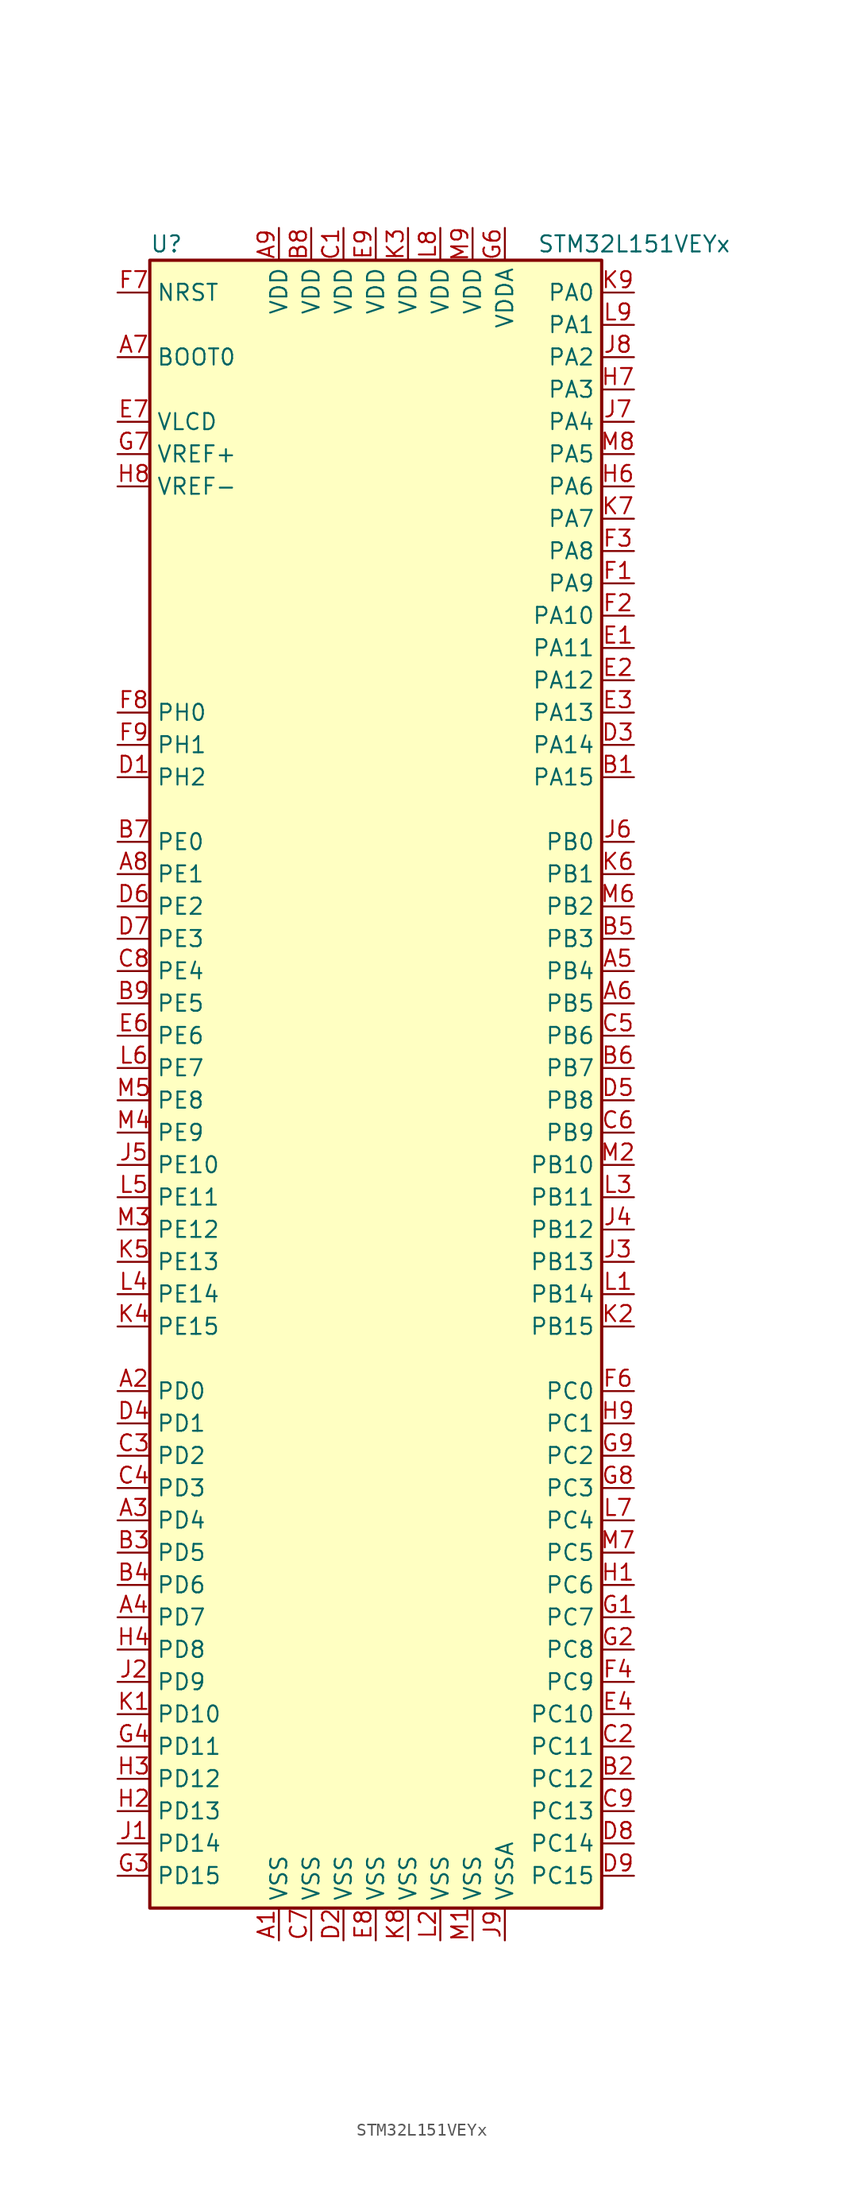
<source format=kicad_sym>
(kicad_symbol_lib
  (version 20211014)
  (generator kicad_symbol_editor)
  (symbol "STM32L151VEYx"
    (property "Reference" "U"
      (at -17.78 64.77 0)
      (effects (font (size 1.27 1.27)) (justify left)))
    (property "Value" "STM32L151VEYx"
      (at 12.7 64.77 0)
      (effects (font (size 1.27 1.27)) (justify left)))
    (symbol "STM32L151VEYx_0_1"
      (rectangle (start -17.78 -66.04) (end 17.78 63.5) (stroke (width 0.254) (type default) (color 0 0 0 0)) (fill (type background))))
    (symbol "STM32L151VEYx_1_1"
      (pin power_in line (at -7.62 -68.58 90) (length 2.54) (name "VSS" (effects (font (size 1.27 1.27)))) (number "A1" (effects (font (size 1.27 1.27)))))
      (pin bidirectional line (at -20.32 -25.4 0) (length 2.54) (name "PD0" (effects (font (size 1.27 1.27)))) (number "A2" (effects (font (size 1.27 1.27)))))
      (pin bidirectional line (at -20.32 -35.56 0) (length 2.54) (name "PD4" (effects (font (size 1.27 1.27)))) (number "A3" (effects (font (size 1.27 1.27)))))
      (pin bidirectional line (at -20.32 -43.18 0) (length 2.54) (name "PD7" (effects (font (size 1.27 1.27)))) (number "A4" (effects (font (size 1.27 1.27)))))
      (pin bidirectional line (at 20.32 7.62 180) (length 2.54) (name "PB4" (effects (font (size 1.27 1.27)))) (number "A5" (effects (font (size 1.27 1.27)))))
      (pin bidirectional line (at 20.32 5.08 180) (length 2.54) (name "PB5" (effects (font (size 1.27 1.27)))) (number "A6" (effects (font (size 1.27 1.27)))))
      (pin input line (at -20.32 55.88 0) (length 2.54) (name "BOOT0" (effects (font (size 1.27 1.27)))) (number "A7" (effects (font (size 1.27 1.27)))))
      (pin bidirectional line (at -20.32 15.24 0) (length 2.54) (name "PE1" (effects (font (size 1.27 1.27)))) (number "A8" (effects (font (size 1.27 1.27)))))
      (pin power_in line (at -7.62 66.04 270) (length 2.54) (name "VDD" (effects (font (size 1.27 1.27)))) (number "A9" (effects (font (size 1.27 1.27)))))
      (pin bidirectional line (at 20.32 22.86 180) (length 2.54) (name "PA15" (effects (font (size 1.27 1.27)))) (number "B1" (effects (font (size 1.27 1.27)))))
      (pin bidirectional line (at 20.32 -55.88 180) (length 2.54) (name "PC12" (effects (font (size 1.27 1.27)))) (number "B2" (effects (font (size 1.27 1.27)))))
      (pin bidirectional line (at -20.32 -38.1 0) (length 2.54) (name "PD5" (effects (font (size 1.27 1.27)))) (number "B3" (effects (font (size 1.27 1.27)))))
      (pin bidirectional line (at -20.32 -40.64 0) (length 2.54) (name "PD6" (effects (font (size 1.27 1.27)))) (number "B4" (effects (font (size 1.27 1.27)))))
      (pin bidirectional line (at 20.32 10.16 180) (length 2.54) (name "PB3" (effects (font (size 1.27 1.27)))) (number "B5" (effects (font (size 1.27 1.27)))))
      (pin bidirectional line (at 20.32 0 180) (length 2.54) (name "PB7" (effects (font (size 1.27 1.27)))) (number "B6" (effects (font (size 1.27 1.27)))))
      (pin bidirectional line (at -20.32 17.78 0) (length 2.54) (name "PE0" (effects (font (size 1.27 1.27)))) (number "B7" (effects (font (size 1.27 1.27)))))
      (pin power_in line (at -5.08 66.04 270) (length 2.54) (name "VDD" (effects (font (size 1.27 1.27)))) (number "B8" (effects (font (size 1.27 1.27)))))
      (pin bidirectional line (at -20.32 5.08 0) (length 2.54) (name "PE5" (effects (font (size 1.27 1.27)))) (number "B9" (effects (font (size 1.27 1.27)))))
      (pin power_in line (at -2.54 66.04 270) (length 2.54) (name "VDD" (effects (font (size 1.27 1.27)))) (number "C1" (effects (font (size 1.27 1.27)))))
      (pin bidirectional line (at 20.32 -53.34 180) (length 2.54) (name "PC11" (effects (font (size 1.27 1.27)))) (number "C2" (effects (font (size 1.27 1.27)))))
      (pin bidirectional line (at -20.32 -30.48 0) (length 2.54) (name "PD2" (effects (font (size 1.27 1.27)))) (number "C3" (effects (font (size 1.27 1.27)))))
      (pin bidirectional line (at -20.32 -33.02 0) (length 2.54) (name "PD3" (effects (font (size 1.27 1.27)))) (number "C4" (effects (font (size 1.27 1.27)))))
      (pin bidirectional line (at 20.32 2.54 180) (length 2.54) (name "PB6" (effects (font (size 1.27 1.27)))) (number "C5" (effects (font (size 1.27 1.27)))))
      (pin bidirectional line (at 20.32 -5.08 180) (length 2.54) (name "PB9" (effects (font (size 1.27 1.27)))) (number "C6" (effects (font (size 1.27 1.27)))))
      (pin power_in line (at -5.08 -68.58 90) (length 2.54) (name "VSS" (effects (font (size 1.27 1.27)))) (number "C7" (effects (font (size 1.27 1.27)))))
      (pin bidirectional line (at -20.32 7.62 0) (length 2.54) (name "PE4" (effects (font (size 1.27 1.27)))) (number "C8" (effects (font (size 1.27 1.27)))))
      (pin bidirectional line (at 20.32 -58.42 180) (length 2.54) (name "PC13" (effects (font (size 1.27 1.27)))) (number "C9" (effects (font (size 1.27 1.27)))))
      (pin bidirectional line (at -20.32 22.86 0) (length 2.54) (name "PH2" (effects (font (size 1.27 1.27)))) (number "D1" (effects (font (size 1.27 1.27)))))
      (pin power_in line (at -2.54 -68.58 90) (length 2.54) (name "VSS" (effects (font (size 1.27 1.27)))) (number "D2" (effects (font (size 1.27 1.27)))))
      (pin bidirectional line (at 20.32 25.4 180) (length 2.54) (name "PA14" (effects (font (size 1.27 1.27)))) (number "D3" (effects (font (size 1.27 1.27)))))
      (pin bidirectional line (at -20.32 -27.94 0) (length 2.54) (name "PD1" (effects (font (size 1.27 1.27)))) (number "D4" (effects (font (size 1.27 1.27)))))
      (pin bidirectional line (at 20.32 -2.54 180) (length 2.54) (name "PB8" (effects (font (size 1.27 1.27)))) (number "D5" (effects (font (size 1.27 1.27)))))
      (pin bidirectional line (at -20.32 12.7 0) (length 2.54) (name "PE2" (effects (font (size 1.27 1.27)))) (number "D6" (effects (font (size 1.27 1.27)))))
      (pin bidirectional line (at -20.32 10.16 0) (length 2.54) (name "PE3" (effects (font (size 1.27 1.27)))) (number "D7" (effects (font (size 1.27 1.27)))))
      (pin bidirectional line (at 20.32 -60.96 180) (length 2.54) (name "PC14" (effects (font (size 1.27 1.27)))) (number "D8" (effects (font (size 1.27 1.27)))))
      (pin bidirectional line (at 20.32 -63.5 180) (length 2.54) (name "PC15" (effects (font (size 1.27 1.27)))) (number "D9" (effects (font (size 1.27 1.27)))))
      (pin bidirectional line (at 20.32 33.02 180) (length 2.54) (name "PA11" (effects (font (size 1.27 1.27)))) (number "E1" (effects (font (size 1.27 1.27)))))
      (pin bidirectional line (at 20.32 30.48 180) (length 2.54) (name "PA12" (effects (font (size 1.27 1.27)))) (number "E2" (effects (font (size 1.27 1.27)))))
      (pin bidirectional line (at 20.32 27.94 180) (length 2.54) (name "PA13" (effects (font (size 1.27 1.27)))) (number "E3" (effects (font (size 1.27 1.27)))))
      (pin bidirectional line (at 20.32 -50.8 180) (length 2.54) (name "PC10" (effects (font (size 1.27 1.27)))) (number "E4" (effects (font (size 1.27 1.27)))))
      (pin bidirectional line (at -20.32 2.54 0) (length 2.54) (name "PE6" (effects (font (size 1.27 1.27)))) (number "E6" (effects (font (size 1.27 1.27)))))
      (pin power_in line (at -20.32 50.8 0) (length 2.54) (name "VLCD" (effects (font (size 1.27 1.27)))) (number "E7" (effects (font (size 1.27 1.27)))))
      (pin power_in line (at 0 -68.58 90) (length 2.54) (name "VSS" (effects (font (size 1.27 1.27)))) (number "E8" (effects (font (size 1.27 1.27)))))
      (pin power_in line (at 0 66.04 270) (length 2.54) (name "VDD" (effects (font (size 1.27 1.27)))) (number "E9" (effects (font (size 1.27 1.27)))))
      (pin bidirectional line (at 20.32 38.1 180) (length 2.54) (name "PA9" (effects (font (size 1.27 1.27)))) (number "F1" (effects (font (size 1.27 1.27)))))
      (pin bidirectional line (at 20.32 35.56 180) (length 2.54) (name "PA10" (effects (font (size 1.27 1.27)))) (number "F2" (effects (font (size 1.27 1.27)))))
      (pin bidirectional line (at 20.32 40.64 180) (length 2.54) (name "PA8" (effects (font (size 1.27 1.27)))) (number "F3" (effects (font (size 1.27 1.27)))))
      (pin bidirectional line (at 20.32 -48.26 180) (length 2.54) (name "PC9" (effects (font (size 1.27 1.27)))) (number "F4" (effects (font (size 1.27 1.27)))))
      (pin bidirectional line (at 20.32 -25.4 180) (length 2.54) (name "PC0" (effects (font (size 1.27 1.27)))) (number "F6" (effects (font (size 1.27 1.27)))))
      (pin input line (at -20.32 60.96 0) (length 2.54) (name "NRST" (effects (font (size 1.27 1.27)))) (number "F7" (effects (font (size 1.27 1.27)))))
      (pin input line (at -20.32 27.94 0) (length 2.54) (name "PH0" (effects (font (size 1.27 1.27)))) (number "F8" (effects (font (size 1.27 1.27)))))
      (pin input line (at -20.32 25.4 0) (length 2.54) (name "PH1" (effects (font (size 1.27 1.27)))) (number "F9" (effects (font (size 1.27 1.27)))))
      (pin bidirectional line (at 20.32 -43.18 180) (length 2.54) (name "PC7" (effects (font (size 1.27 1.27)))) (number "G1" (effects (font (size 1.27 1.27)))))
      (pin bidirectional line (at 20.32 -45.72 180) (length 2.54) (name "PC8" (effects (font (size 1.27 1.27)))) (number "G2" (effects (font (size 1.27 1.27)))))
      (pin bidirectional line (at -20.32 -63.5 0) (length 2.54) (name "PD15" (effects (font (size 1.27 1.27)))) (number "G3" (effects (font (size 1.27 1.27)))))
      (pin bidirectional line (at -20.32 -53.34 0) (length 2.54) (name "PD11" (effects (font (size 1.27 1.27)))) (number "G4" (effects (font (size 1.27 1.27)))))
      (pin power_in line (at 10.16 66.04 270) (length 2.54) (name "VDDA" (effects (font (size 1.27 1.27)))) (number "G6" (effects (font (size 1.27 1.27)))))
      (pin power_in line (at -20.32 48.26 0) (length 2.54) (name "VREF+" (effects (font (size 1.27 1.27)))) (number "G7" (effects (font (size 1.27 1.27)))))
      (pin bidirectional line (at 20.32 -33.02 180) (length 2.54) (name "PC3" (effects (font (size 1.27 1.27)))) (number "G8" (effects (font (size 1.27 1.27)))))
      (pin bidirectional line (at 20.32 -30.48 180) (length 2.54) (name "PC2" (effects (font (size 1.27 1.27)))) (number "G9" (effects (font (size 1.27 1.27)))))
      (pin bidirectional line (at 20.32 -40.64 180) (length 2.54) (name "PC6" (effects (font (size 1.27 1.27)))) (number "H1" (effects (font (size 1.27 1.27)))))
      (pin bidirectional line (at -20.32 -58.42 0) (length 2.54) (name "PD13" (effects (font (size 1.27 1.27)))) (number "H2" (effects (font (size 1.27 1.27)))))
      (pin bidirectional line (at -20.32 -55.88 0) (length 2.54) (name "PD12" (effects (font (size 1.27 1.27)))) (number "H3" (effects (font (size 1.27 1.27)))))
      (pin bidirectional line (at -20.32 -45.72 0) (length 2.54) (name "PD8" (effects (font (size 1.27 1.27)))) (number "H4" (effects (font (size 1.27 1.27)))))
      (pin bidirectional line (at 20.32 45.72 180) (length 2.54) (name "PA6" (effects (font (size 1.27 1.27)))) (number "H6" (effects (font (size 1.27 1.27)))))
      (pin bidirectional line (at 20.32 53.34 180) (length 2.54) (name "PA3" (effects (font (size 1.27 1.27)))) (number "H7" (effects (font (size 1.27 1.27)))))
      (pin power_in line (at -20.32 45.72 0) (length 2.54) (name "VREF-" (effects (font (size 1.27 1.27)))) (number "H8" (effects (font (size 1.27 1.27)))))
      (pin bidirectional line (at 20.32 -27.94 180) (length 2.54) (name "PC1" (effects (font (size 1.27 1.27)))) (number "H9" (effects (font (size 1.27 1.27)))))
      (pin bidirectional line (at -20.32 -60.96 0) (length 2.54) (name "PD14" (effects (font (size 1.27 1.27)))) (number "J1" (effects (font (size 1.27 1.27)))))
      (pin bidirectional line (at -20.32 -48.26 0) (length 2.54) (name "PD9" (effects (font (size 1.27 1.27)))) (number "J2" (effects (font (size 1.27 1.27)))))
      (pin bidirectional line (at 20.32 -15.24 180) (length 2.54) (name "PB13" (effects (font (size 1.27 1.27)))) (number "J3" (effects (font (size 1.27 1.27)))))
      (pin bidirectional line (at 20.32 -12.7 180) (length 2.54) (name "PB12" (effects (font (size 1.27 1.27)))) (number "J4" (effects (font (size 1.27 1.27)))))
      (pin bidirectional line (at -20.32 -7.62 0) (length 2.54) (name "PE10" (effects (font (size 1.27 1.27)))) (number "J5" (effects (font (size 1.27 1.27)))))
      (pin bidirectional line (at 20.32 17.78 180) (length 2.54) (name "PB0" (effects (font (size 1.27 1.27)))) (number "J6" (effects (font (size 1.27 1.27)))))
      (pin bidirectional line (at 20.32 50.8 180) (length 2.54) (name "PA4" (effects (font (size 1.27 1.27)))) (number "J7" (effects (font (size 1.27 1.27)))))
      (pin bidirectional line (at 20.32 55.88 180) (length 2.54) (name "PA2" (effects (font (size 1.27 1.27)))) (number "J8" (effects (font (size 1.27 1.27)))))
      (pin power_in line (at 10.16 -68.58 90) (length 2.54) (name "VSSA" (effects (font (size 1.27 1.27)))) (number "J9" (effects (font (size 1.27 1.27)))))
      (pin bidirectional line (at -20.32 -50.8 0) (length 2.54) (name "PD10" (effects (font (size 1.27 1.27)))) (number "K1" (effects (font (size 1.27 1.27)))))
      (pin bidirectional line (at 20.32 -20.32 180) (length 2.54) (name "PB15" (effects (font (size 1.27 1.27)))) (number "K2" (effects (font (size 1.27 1.27)))))
      (pin power_in line (at 2.54 66.04 270) (length 2.54) (name "VDD" (effects (font (size 1.27 1.27)))) (number "K3" (effects (font (size 1.27 1.27)))))
      (pin bidirectional line (at -20.32 -20.32 0) (length 2.54) (name "PE15" (effects (font (size 1.27 1.27)))) (number "K4" (effects (font (size 1.27 1.27)))))
      (pin bidirectional line (at -20.32 -15.24 0) (length 2.54) (name "PE13" (effects (font (size 1.27 1.27)))) (number "K5" (effects (font (size 1.27 1.27)))))
      (pin bidirectional line (at 20.32 15.24 180) (length 2.54) (name "PB1" (effects (font (size 1.27 1.27)))) (number "K6" (effects (font (size 1.27 1.27)))))
      (pin bidirectional line (at 20.32 43.18 180) (length 2.54) (name "PA7" (effects (font (size 1.27 1.27)))) (number "K7" (effects (font (size 1.27 1.27)))))
      (pin power_in line (at 2.54 -68.58 90) (length 2.54) (name "VSS" (effects (font (size 1.27 1.27)))) (number "K8" (effects (font (size 1.27 1.27)))))
      (pin bidirectional line (at 20.32 60.96 180) (length 2.54) (name "PA0" (effects (font (size 1.27 1.27)))) (number "K9" (effects (font (size 1.27 1.27)))))
      (pin bidirectional line (at 20.32 -17.78 180) (length 2.54) (name "PB14" (effects (font (size 1.27 1.27)))) (number "L1" (effects (font (size 1.27 1.27)))))
      (pin power_in line (at 5.08 -68.58 90) (length 2.54) (name "VSS" (effects (font (size 1.27 1.27)))) (number "L2" (effects (font (size 1.27 1.27)))))
      (pin bidirectional line (at 20.32 -10.16 180) (length 2.54) (name "PB11" (effects (font (size 1.27 1.27)))) (number "L3" (effects (font (size 1.27 1.27)))))
      (pin bidirectional line (at -20.32 -17.78 0) (length 2.54) (name "PE14" (effects (font (size 1.27 1.27)))) (number "L4" (effects (font (size 1.27 1.27)))))
      (pin bidirectional line (at -20.32 -10.16 0) (length 2.54) (name "PE11" (effects (font (size 1.27 1.27)))) (number "L5" (effects (font (size 1.27 1.27)))))
      (pin bidirectional line (at -20.32 0 0) (length 2.54) (name "PE7" (effects (font (size 1.27 1.27)))) (number "L6" (effects (font (size 1.27 1.27)))))
      (pin bidirectional line (at 20.32 -35.56 180) (length 2.54) (name "PC4" (effects (font (size 1.27 1.27)))) (number "L7" (effects (font (size 1.27 1.27)))))
      (pin power_in line (at 5.08 66.04 270) (length 2.54) (name "VDD" (effects (font (size 1.27 1.27)))) (number "L8" (effects (font (size 1.27 1.27)))))
      (pin bidirectional line (at 20.32 58.42 180) (length 2.54) (name "PA1" (effects (font (size 1.27 1.27)))) (number "L9" (effects (font (size 1.27 1.27)))))
      (pin power_in line (at 7.62 -68.58 90) (length 2.54) (name "VSS" (effects (font (size 1.27 1.27)))) (number "M1" (effects (font (size 1.27 1.27)))))
      (pin bidirectional line (at 20.32 -7.62 180) (length 2.54) (name "PB10" (effects (font (size 1.27 1.27)))) (number "M2" (effects (font (size 1.27 1.27)))))
      (pin bidirectional line (at -20.32 -12.7 0) (length 2.54) (name "PE12" (effects (font (size 1.27 1.27)))) (number "M3" (effects (font (size 1.27 1.27)))))
      (pin bidirectional line (at -20.32 -5.08 0) (length 2.54) (name "PE9" (effects (font (size 1.27 1.27)))) (number "M4" (effects (font (size 1.27 1.27)))))
      (pin bidirectional line (at -20.32 -2.54 0) (length 2.54) (name "PE8" (effects (font (size 1.27 1.27)))) (number "M5" (effects (font (size 1.27 1.27)))))
      (pin bidirectional line (at 20.32 12.7 180) (length 2.54) (name "PB2" (effects (font (size 1.27 1.27)))) (number "M6" (effects (font (size 1.27 1.27)))))
      (pin bidirectional line (at 20.32 -38.1 180) (length 2.54) (name "PC5" (effects (font (size 1.27 1.27)))) (number "M7" (effects (font (size 1.27 1.27)))))
      (pin bidirectional line (at 20.32 48.26 180) (length 2.54) (name "PA5" (effects (font (size 1.27 1.27)))) (number "M8" (effects (font (size 1.27 1.27)))))
      (pin power_in line (at 7.62 66.04 270) (length 2.54) (name "VDD" (effects (font (size 1.27 1.27)))) (number "M9" (effects (font (size 1.27 1.27))))))))
</source>
